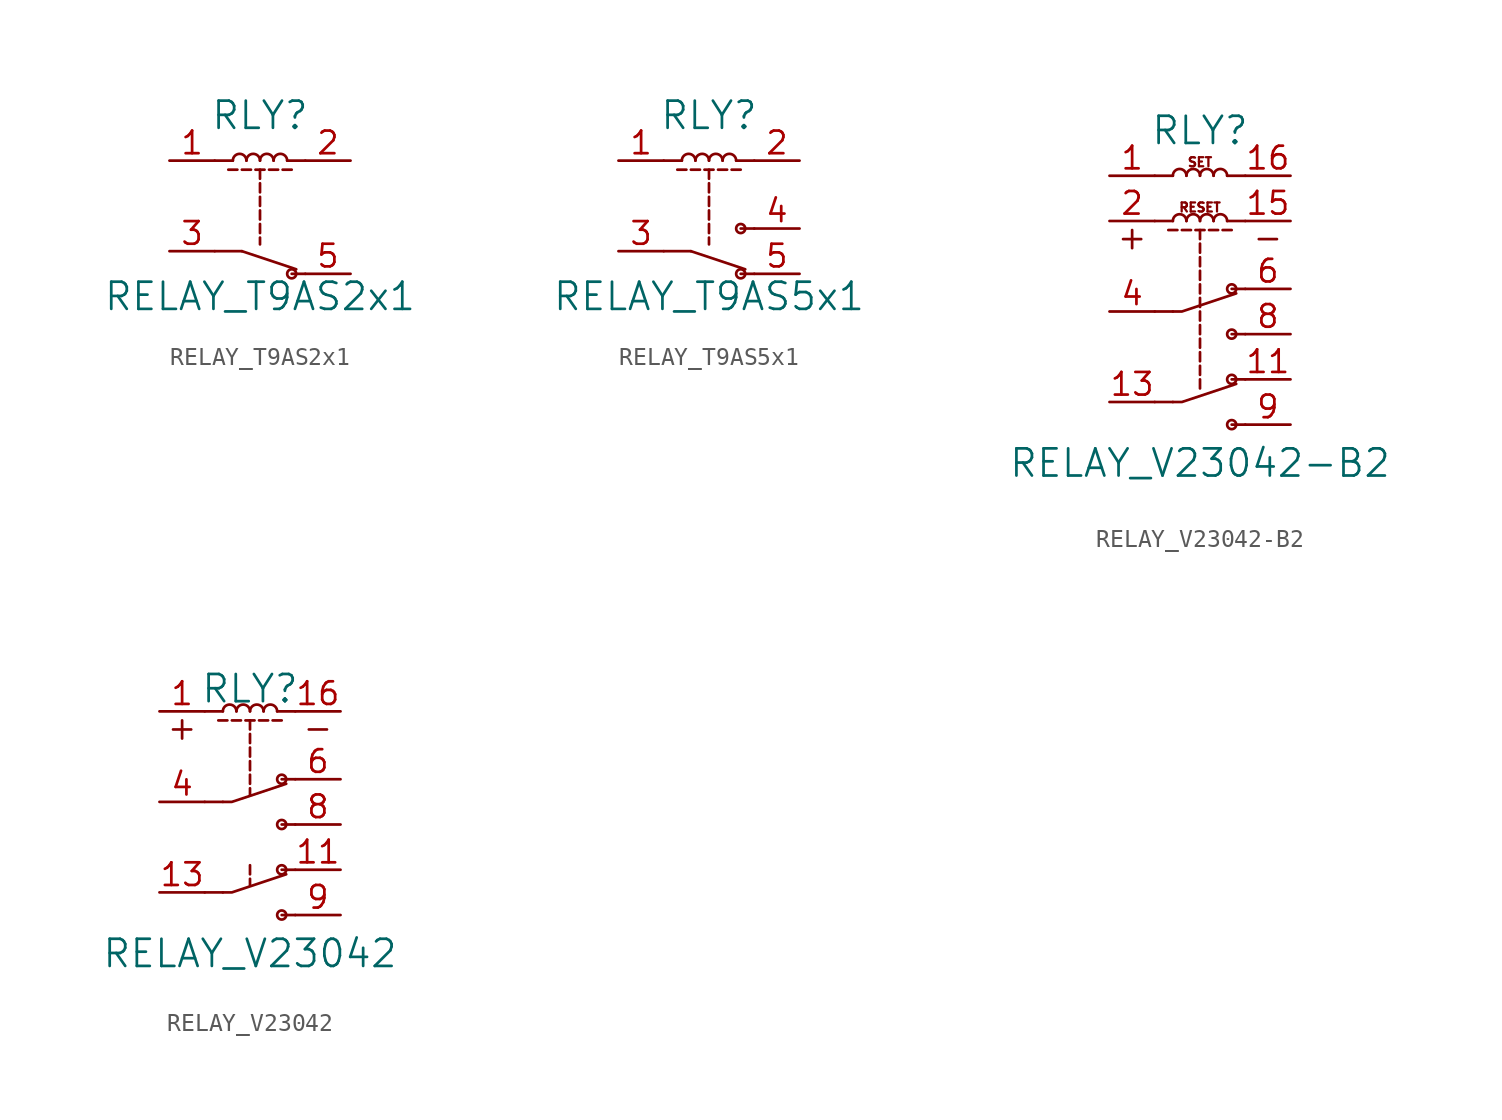
<source format=kicad_sym>
(kicad_symbol_lib
  (version 20220914)
  (generator kicad_symbol_editor)
  (symbol "RELAY_T9AS2x1"
    (pin_names
      (offset 1.016))
    (property "Reference" "RLY"
      (at 0 6.35 0)
      (effects (font (size 1.524 1.524))))
    (property "Value" "RELAY_T9AS2x1"
      (at 0 -3.81 0)
      (effects (font (size 1.524 1.524))))
    (property "Footprint" ""
      (at 0 0 0)
      (effects (font (size 1.524 1.524))))
    (property "Datasheet" ""
      (at 0 0 0)
      (effects (font (size 1.524 1.524))))
    (symbol "RELAY_T9AS2x1_0_1"
      (arc (start -0.762 3.81) (mid -1.143 4.1894) (end -1.524 3.81) (stroke (width 0) (type solid)) (fill (type none)))
      (polyline (pts (xy -1.016 -1.27) (xy -2.54 -1.27)) (stroke (width 0) (type solid)) (fill (type none)))
      (polyline (pts (xy -1.778 3.302) (xy -1.27 3.302) (xy -1.27 3.302)) (stroke (width 0) (type solid)) (fill (type none)))
      (polyline (pts (xy -1.524 3.81) (xy -2.54 3.81) (xy -2.54 3.81)) (stroke (width 0) (type solid)) (fill (type none)))
      (polyline (pts (xy -1.016 -1.27) (xy 2.032 -2.286) (xy 2.032 -2.286)) (stroke (width 0) (type solid)) (fill (type none)))
      (polyline (pts (xy -1.016 3.302) (xy -0.508 3.302) (xy -0.508 3.302)) (stroke (width 0) (type solid)) (fill (type none)))
      (polyline (pts (xy -0.254 3.302) (xy 0.254 3.302) (xy 0.254 3.302)) (stroke (width 0) (type solid)) (fill (type none)))
      (polyline (pts (xy 0 -0.508) (xy 0 -0.889) (xy 0 -0.889)) (stroke (width 0) (type solid)) (fill (type none)))
      (polyline (pts (xy 0 0.254) (xy 0 -0.254) (xy 0 -0.254)) (stroke (width 0) (type solid)) (fill (type none)))
      (polyline (pts (xy 0 1.016) (xy 0 0.508) (xy 0 0.508)) (stroke (width 0) (type solid)) (fill (type none)))
      (polyline (pts (xy 0 1.778) (xy 0 1.27) (xy 0 1.27)) (stroke (width 0) (type solid)) (fill (type none)))
      (polyline (pts (xy 0 2.54) (xy 0 2.032) (xy 0 2.032)) (stroke (width 0) (type solid)) (fill (type none)))
      (polyline (pts (xy 0 3.302) (xy 0 2.794) (xy 0 2.794)) (stroke (width 0) (type solid)) (fill (type none)))
      (polyline (pts (xy 0.508 3.302) (xy 1.016 3.302) (xy 1.016 3.302)) (stroke (width 0) (type solid)) (fill (type none)))
      (polyline (pts (xy 1.27 3.302) (xy 1.778 3.302) (xy 1.778 3.302)) (stroke (width 0) (type solid)) (fill (type none)))
      (polyline (pts (xy 1.524 3.81) (xy 2.54 3.81) (xy 2.54 3.81)) (stroke (width 0) (type solid)) (fill (type none)))
      (polyline (pts (xy 2.54 -2.54) (xy 1.778 -2.54) (xy 1.778 -2.54)) (stroke (width 0) (type solid)) (fill (type none)))
      (arc (start 0 3.81) (mid -0.381 4.1894) (end -0.762 3.81) (stroke (width 0) (type solid)) (fill (type none)))
      (arc (start 0.762 3.81) (mid 0.381 4.1894) (end 0 3.81) (stroke (width 0) (type solid)) (fill (type none)))
      (arc (start 1.524 3.81) (mid 1.143 4.1894) (end 0.762 3.81) (stroke (width 0) (type solid)) (fill (type none)))
      (circle (center 1.778 -2.54) (radius 0.254) (stroke (width 0) (type solid)) (fill (type none))))
    (symbol "RELAY_T9AS2x1_1_1"
      (pin passive line (at -5.08 3.81 0) (length 2.54) (name "~" (effects (font (size 1.27 1.27)))) (number "1" (effects (font (size 1.27 1.27)))))
      (pin passive line (at 5.08 3.81 180) (length 2.54) (name "~" (effects (font (size 1.27 1.27)))) (number "2" (effects (font (size 1.27 1.27)))))
      (pin passive line (at -5.08 -1.27 0) (length 2.54) (name "~" (effects (font (size 1.27 1.27)))) (number "3" (effects (font (size 1.27 1.27)))))
      (pin passive line (at 5.08 -2.54 180) (length 2.54) (name "~" (effects (font (size 1.27 1.27)))) (number "5" (effects (font (size 1.27 1.27)))))))
  (symbol "RELAY_T9AS5x1"
    (pin_names
      (offset 1.016))
    (property "Reference" "RLY"
      (at 0 6.35 0)
      (effects (font (size 1.524 1.524))))
    (property "Value" "RELAY_T9AS5x1"
      (at 0 -3.81 0)
      (effects (font (size 1.524 1.524))))
    (property "Footprint" ""
      (at 0 0 0)
      (effects (font (size 1.524 1.524))))
    (property "Datasheet" ""
      (at 0 0 0)
      (effects (font (size 1.524 1.524))))
    (symbol "RELAY_T9AS5x1_0_1"
      (arc (start -0.762 3.81) (mid -1.143 4.1894) (end -1.524 3.81) (stroke (width 0) (type solid)) (fill (type none)))
      (polyline (pts (xy -1.016 -1.27) (xy -2.54 -1.27)) (stroke (width 0) (type solid)) (fill (type none)))
      (polyline (pts (xy -1.778 3.302) (xy -1.27 3.302) (xy -1.27 3.302)) (stroke (width 0) (type solid)) (fill (type none)))
      (polyline (pts (xy -1.524 3.81) (xy -2.54 3.81) (xy -2.54 3.81)) (stroke (width 0) (type solid)) (fill (type none)))
      (polyline (pts (xy -1.016 -1.27) (xy 2.032 -2.286) (xy 2.032 -2.286)) (stroke (width 0) (type solid)) (fill (type none)))
      (polyline (pts (xy -1.016 3.302) (xy -0.508 3.302) (xy -0.508 3.302)) (stroke (width 0) (type solid)) (fill (type none)))
      (polyline (pts (xy -0.254 3.302) (xy 0.254 3.302) (xy 0.254 3.302)) (stroke (width 0) (type solid)) (fill (type none)))
      (polyline (pts (xy 0 -0.508) (xy 0 -0.889) (xy 0 -0.889)) (stroke (width 0) (type solid)) (fill (type none)))
      (polyline (pts (xy 0 0.254) (xy 0 -0.254) (xy 0 -0.254)) (stroke (width 0) (type solid)) (fill (type none)))
      (polyline (pts (xy 0 1.016) (xy 0 0.508) (xy 0 0.508)) (stroke (width 0) (type solid)) (fill (type none)))
      (polyline (pts (xy 0 1.778) (xy 0 1.27) (xy 0 1.27)) (stroke (width 0) (type solid)) (fill (type none)))
      (polyline (pts (xy 0 2.54) (xy 0 2.032) (xy 0 2.032)) (stroke (width 0) (type solid)) (fill (type none)))
      (polyline (pts (xy 0 3.302) (xy 0 2.794) (xy 0 2.794)) (stroke (width 0) (type solid)) (fill (type none)))
      (polyline (pts (xy 0.508 3.302) (xy 1.016 3.302) (xy 1.016 3.302)) (stroke (width 0) (type solid)) (fill (type none)))
      (polyline (pts (xy 1.27 3.302) (xy 1.778 3.302) (xy 1.778 3.302)) (stroke (width 0) (type solid)) (fill (type none)))
      (polyline (pts (xy 1.524 3.81) (xy 2.54 3.81) (xy 2.54 3.81)) (stroke (width 0) (type solid)) (fill (type none)))
      (polyline (pts (xy 2.54 -2.54) (xy 1.778 -2.54) (xy 1.778 -2.54)) (stroke (width 0) (type solid)) (fill (type none)))
      (polyline (pts (xy 2.54 0) (xy 1.778 0) (xy 1.778 0)) (stroke (width 0) (type solid)) (fill (type none)))
      (arc (start 0 3.81) (mid -0.381 4.1894) (end -0.762 3.81) (stroke (width 0) (type solid)) (fill (type none)))
      (arc (start 0.762 3.81) (mid 0.381 4.1894) (end 0 3.81) (stroke (width 0) (type solid)) (fill (type none)))
      (arc (start 1.524 3.81) (mid 1.143 4.1894) (end 0.762 3.81) (stroke (width 0) (type solid)) (fill (type none)))
      (circle (center 1.778 -2.54) (radius 0.254) (stroke (width 0) (type solid)) (fill (type none)))
      (circle (center 1.778 0) (radius 0.254) (stroke (width 0) (type solid)) (fill (type none))))
    (symbol "RELAY_T9AS5x1_1_1"
      (pin passive line (at -5.08 3.81 0) (length 2.54) (name "~" (effects (font (size 1.27 1.27)))) (number "1" (effects (font (size 1.27 1.27)))))
      (pin passive line (at 5.08 3.81 180) (length 2.54) (name "~" (effects (font (size 1.27 1.27)))) (number "2" (effects (font (size 1.27 1.27)))))
      (pin passive line (at -5.08 -1.27 0) (length 2.54) (name "~" (effects (font (size 1.27 1.27)))) (number "3" (effects (font (size 1.27 1.27)))))
      (pin passive line (at 5.08 0 180) (length 2.54) (name "~" (effects (font (size 1.27 1.27)))) (number "4" (effects (font (size 1.27 1.27)))))
      (pin passive line (at 5.08 -2.54 180) (length 2.54) (name "~" (effects (font (size 1.27 1.27)))) (number "5" (effects (font (size 1.27 1.27)))))))
  (symbol "RELAY_V23042-B2"
    (pin_names
      (offset 1.016))
    (property "Reference" "RLY"
      (at 0 8.89 0)
      (effects (font (size 1.524 1.524))))
    (property "Value" "RELAY_V23042-B2"
      (at 0 -9.779 0)
      (effects (font (size 1.524 1.524))))
    (property "Footprint" ""
      (at 0 0 0)
      (effects (font (size 1.524 1.524))))
    (property "Datasheet" ""
      (at 0 0 0)
      (effects (font (size 1.524 1.524))))
    (symbol "RELAY_V23042-B2_0_0"
      (text "RESET" (at 0 4.572 0) (effects (font (size 0.508 0.508))))
      (text "SET" (at 0 7.112 0) (effects (font (size 0.508 0.508)))))
    (symbol "RELAY_V23042-B2_0_1"
      (arc (start -0.762 3.81) (mid -1.143 4.1894) (end -1.524 3.81) (stroke (width 0) (type solid)) (fill (type none)))
      (arc (start -0.762 6.35) (mid -1.143 6.7294) (end -1.524 6.35) (stroke (width 0) (type solid)) (fill (type none)))
      (polyline (pts (xy -3.81 3.302) (xy -3.81 2.286)) (stroke (width 0) (type solid)) (fill (type none)))
      (polyline (pts (xy -3.302 2.794) (xy -4.318 2.794)) (stroke (width 0) (type solid)) (fill (type none)))
      (polyline (pts (xy 4.318 2.794) (xy 3.302 2.794)) (stroke (width 0) (type solid)) (fill (type none)))
      (polyline (pts (xy -1.778 3.302) (xy -1.27 3.302) (xy -1.27 3.302)) (stroke (width 0) (type solid)) (fill (type none)))
      (polyline (pts (xy -1.524 -6.35) (xy -2.54 -6.35) (xy -2.54 -6.35)) (stroke (width 0) (type solid)) (fill (type none)))
      (polyline (pts (xy -1.524 -1.27) (xy -2.54 -1.27) (xy -2.54 -1.27)) (stroke (width 0) (type solid)) (fill (type none)))
      (polyline (pts (xy -1.524 3.81) (xy -2.54 3.81) (xy -2.54 3.81)) (stroke (width 0) (type solid)) (fill (type none)))
      (polyline (pts (xy -1.524 6.35) (xy -2.54 6.35) (xy -2.54 6.35)) (stroke (width 0) (type solid)) (fill (type none)))
      (polyline (pts (xy -1.016 3.302) (xy -0.508 3.302) (xy -0.508 3.302)) (stroke (width 0) (type solid)) (fill (type none)))
      (polyline (pts (xy -0.254 3.302) (xy 0.254 3.302) (xy 0.254 3.302)) (stroke (width 0) (type solid)) (fill (type none)))
      (polyline (pts (xy 0 -5.08) (xy 0 -5.588) (xy 0 -5.588)) (stroke (width 0) (type solid)) (fill (type none)))
      (polyline (pts (xy 0 -4.318) (xy 0 -4.826) (xy 0 -4.826)) (stroke (width 0) (type solid)) (fill (type none)))
      (polyline (pts (xy 0 -3.556) (xy 0 -4.064) (xy 0 -4.064)) (stroke (width 0) (type solid)) (fill (type none)))
      (polyline (pts (xy 0 -2.794) (xy 0 -3.302) (xy 0 -3.302)) (stroke (width 0) (type solid)) (fill (type none)))
      (polyline (pts (xy 0 -2.032) (xy 0 -2.54) (xy 0 -2.54)) (stroke (width 0) (type solid)) (fill (type none)))
      (polyline (pts (xy 0 -1.27) (xy 0 -1.778) (xy 0 -1.778)) (stroke (width 0) (type solid)) (fill (type none)))
      (polyline (pts (xy 0 -0.508) (xy 0 -1.016) (xy 0 -1.016)) (stroke (width 0) (type solid)) (fill (type none)))
      (polyline (pts (xy 0 0.254) (xy 0 -0.254) (xy 0 -0.254)) (stroke (width 0) (type solid)) (fill (type none)))
      (polyline (pts (xy 0 1.016) (xy 0 0.508) (xy 0 0.508)) (stroke (width 0) (type solid)) (fill (type none)))
      (polyline (pts (xy 0 1.778) (xy 0 1.27) (xy 0 1.27)) (stroke (width 0) (type solid)) (fill (type none)))
      (polyline (pts (xy 0 2.54) (xy 0 2.032) (xy 0 2.032)) (stroke (width 0) (type solid)) (fill (type none)))
      (polyline (pts (xy 0 3.302) (xy 0 2.794) (xy 0 2.794)) (stroke (width 0) (type solid)) (fill (type none)))
      (polyline (pts (xy 0.508 3.302) (xy 1.016 3.302) (xy 1.016 3.302)) (stroke (width 0) (type solid)) (fill (type none)))
      (polyline (pts (xy 1.27 3.302) (xy 1.778 3.302) (xy 1.778 3.302)) (stroke (width 0) (type solid)) (fill (type none)))
      (polyline (pts (xy 1.524 3.81) (xy 2.54 3.81) (xy 2.54 3.81)) (stroke (width 0) (type solid)) (fill (type none)))
      (polyline (pts (xy 1.524 6.35) (xy 2.54 6.35) (xy 2.54 6.35)) (stroke (width 0) (type solid)) (fill (type none)))
      (polyline (pts (xy 2.54 -7.62) (xy 1.778 -7.62) (xy 1.778 -7.62)) (stroke (width 0) (type solid)) (fill (type none)))
      (polyline (pts (xy 2.54 -5.08) (xy 1.778 -5.08) (xy 1.778 -5.08)) (stroke (width 0) (type solid)) (fill (type none)))
      (polyline (pts (xy 2.54 -2.54) (xy 1.778 -2.54) (xy 1.778 -2.54)) (stroke (width 0) (type solid)) (fill (type none)))
      (polyline (pts (xy 2.54 0) (xy 1.778 0) (xy 1.778 0)) (stroke (width 0) (type solid)) (fill (type none)))
      (polyline (pts (xy -1.524 -6.35) (xy -1.016 -6.35) (xy 2.032 -5.334) (xy 2.032 -5.334)) (stroke (width 0) (type solid)) (fill (type none)))
      (polyline (pts (xy -1.524 -1.27) (xy -1.016 -1.27) (xy 2.032 -0.254) (xy 2.032 -0.254)) (stroke (width 0) (type solid)) (fill (type none)))
      (arc (start 0 3.81) (mid -0.381 4.1894) (end -0.762 3.81) (stroke (width 0) (type solid)) (fill (type none)))
      (arc (start 0 6.35) (mid -0.381 6.7294) (end -0.762 6.35) (stroke (width 0) (type solid)) (fill (type none)))
      (arc (start 0.762 3.81) (mid 0.381 4.1894) (end 0 3.81) (stroke (width 0) (type solid)) (fill (type none)))
      (arc (start 0.762 6.35) (mid 0.381 6.7294) (end 0 6.35) (stroke (width 0) (type solid)) (fill (type none)))
      (arc (start 1.524 3.81) (mid 1.143 4.1894) (end 0.762 3.81) (stroke (width 0) (type solid)) (fill (type none)))
      (arc (start 1.524 6.35) (mid 1.143 6.7294) (end 0.762 6.35) (stroke (width 0) (type solid)) (fill (type none)))
      (circle (center 1.778 -7.62) (radius 0.254) (stroke (width 0) (type solid)) (fill (type none)))
      (circle (center 1.778 -5.08) (radius 0.254) (stroke (width 0) (type solid)) (fill (type none)))
      (circle (center 1.778 -2.54) (radius 0.254) (stroke (width 0) (type solid)) (fill (type none)))
      (circle (center 1.778 0) (radius 0.254) (stroke (width 0) (type solid)) (fill (type none))))
    (symbol "RELAY_V23042-B2_1_1"
      (pin passive line (at -5.08 6.35 0) (length 2.54) (name "~" (effects (font (size 1.27 1.27)))) (number "1" (effects (font (size 1.27 1.27)))))
      (pin passive line (at 5.08 -5.08 180) (length 2.54) (name "~" (effects (font (size 1.27 1.27)))) (number "11" (effects (font (size 1.27 1.27)))))
      (pin passive line (at -5.08 -6.35 0) (length 2.54) (name "~" (effects (font (size 1.27 1.27)))) (number "13" (effects (font (size 1.27 1.27)))))
      (pin passive line (at 5.08 3.81 180) (length 2.54) (name "~" (effects (font (size 1.27 1.27)))) (number "15" (effects (font (size 1.27 1.27)))))
      (pin passive line (at 5.08 6.35 180) (length 2.54) (name "~" (effects (font (size 1.27 1.27)))) (number "16" (effects (font (size 1.27 1.27)))))
      (pin passive line (at -5.08 3.81 0) (length 2.54) (name "~" (effects (font (size 1.27 1.27)))) (number "2" (effects (font (size 1.27 1.27)))))
      (pin passive line (at -5.08 -1.27 0) (length 2.54) (name "~" (effects (font (size 1.27 1.27)))) (number "4" (effects (font (size 1.27 1.27)))))
      (pin passive line (at 5.08 0 180) (length 2.54) (name "~" (effects (font (size 1.27 1.27)))) (number "6" (effects (font (size 1.27 1.27)))))
      (pin passive line (at 5.08 -2.54 180) (length 2.54) (name "~" (effects (font (size 1.27 1.27)))) (number "8" (effects (font (size 1.27 1.27)))))
      (pin passive line (at 5.08 -7.62 180) (length 2.54) (name "~" (effects (font (size 1.27 1.27)))) (number "9" (effects (font (size 1.27 1.27)))))))
  (symbol "RELAY_V23042"
    (pin_names
      (offset 1.016))
    (property "Reference" "RLY"
      (at 0 6.35 0)
      (effects (font (size 1.524 1.524))))
    (property "Value" "RELAY_V23042"
      (at 0 -8.509 0)
      (effects (font (size 1.524 1.524))))
    (property "Footprint" ""
      (at 0 0 0)
      (effects (font (size 1.524 1.524))))
    (property "Datasheet" ""
      (at 0 0 0)
      (effects (font (size 1.524 1.524))))
    (symbol "RELAY_V23042_0_1"
      (arc (start -0.762 5.08) (mid -1.143 5.4594) (end -1.524 5.08) (stroke (width 0) (type solid)) (fill (type none)))
      (polyline (pts (xy -3.81 4.572) (xy -3.81 3.556)) (stroke (width 0) (type solid)) (fill (type none)))
      (polyline (pts (xy -3.302 4.064) (xy -4.318 4.064)) (stroke (width 0) (type solid)) (fill (type none)))
      (polyline (pts (xy 4.318 4.064) (xy 3.302 4.064)) (stroke (width 0) (type solid)) (fill (type none)))
      (polyline (pts (xy -1.778 4.572) (xy -1.27 4.572) (xy -1.27 4.572)) (stroke (width 0) (type solid)) (fill (type none)))
      (polyline (pts (xy -1.524 -5.08) (xy -2.54 -5.08) (xy -2.54 -5.08)) (stroke (width 0) (type solid)) (fill (type none)))
      (polyline (pts (xy -1.524 0) (xy -2.54 0) (xy -2.54 0)) (stroke (width 0) (type solid)) (fill (type none)))
      (polyline (pts (xy -1.524 5.08) (xy -2.54 5.08) (xy -2.54 5.08)) (stroke (width 0) (type solid)) (fill (type none)))
      (polyline (pts (xy -1.016 4.572) (xy -0.508 4.572) (xy -0.508 4.572)) (stroke (width 0) (type solid)) (fill (type none)))
      (polyline (pts (xy -0.254 4.572) (xy 0.254 4.572) (xy 0.254 4.572)) (stroke (width 0) (type solid)) (fill (type none)))
      (polyline (pts (xy 0 -4.318) (xy 0 -4.699) (xy 0 -4.699)) (stroke (width 0) (type solid)) (fill (type none)))
      (polyline (pts (xy 0 -3.556) (xy 0 -4.064) (xy 0 -4.064)) (stroke (width 0) (type solid)) (fill (type none)))
      (polyline (pts (xy 0 0.762) (xy 0 0.381) (xy 0 0.381)) (stroke (width 0) (type solid)) (fill (type none)))
      (polyline (pts (xy 0 1.524) (xy 0 1.016) (xy 0 1.016)) (stroke (width 0) (type solid)) (fill (type none)))
      (polyline (pts (xy 0 2.286) (xy 0 1.778) (xy 0 1.778)) (stroke (width 0) (type solid)) (fill (type none)))
      (polyline (pts (xy 0 3.048) (xy 0 2.54) (xy 0 2.54)) (stroke (width 0) (type solid)) (fill (type none)))
      (polyline (pts (xy 0 3.81) (xy 0 3.302) (xy 0 3.302)) (stroke (width 0) (type solid)) (fill (type none)))
      (polyline (pts (xy 0 4.572) (xy 0 4.064) (xy 0 4.064)) (stroke (width 0) (type solid)) (fill (type none)))
      (polyline (pts (xy 0.508 4.572) (xy 1.016 4.572) (xy 1.016 4.572)) (stroke (width 0) (type solid)) (fill (type none)))
      (polyline (pts (xy 1.27 4.572) (xy 1.778 4.572) (xy 1.778 4.572)) (stroke (width 0) (type solid)) (fill (type none)))
      (polyline (pts (xy 1.524 5.08) (xy 2.54 5.08) (xy 2.54 5.08)) (stroke (width 0) (type solid)) (fill (type none)))
      (polyline (pts (xy 2.54 -6.35) (xy 1.778 -6.35) (xy 1.778 -6.35)) (stroke (width 0) (type solid)) (fill (type none)))
      (polyline (pts (xy 2.54 -3.81) (xy 1.778 -3.81) (xy 1.778 -3.81)) (stroke (width 0) (type solid)) (fill (type none)))
      (polyline (pts (xy 2.54 -1.27) (xy 1.778 -1.27) (xy 1.778 -1.27)) (stroke (width 0) (type solid)) (fill (type none)))
      (polyline (pts (xy 2.54 1.27) (xy 1.778 1.27) (xy 1.778 1.27)) (stroke (width 0) (type solid)) (fill (type none)))
      (polyline (pts (xy -1.524 -5.08) (xy -1.016 -5.08) (xy 2.032 -4.064) (xy 2.032 -4.064)) (stroke (width 0) (type solid)) (fill (type none)))
      (polyline (pts (xy -1.524 0) (xy -1.016 0) (xy 2.032 1.016) (xy 2.032 1.016)) (stroke (width 0) (type solid)) (fill (type none)))
      (arc (start 0 5.08) (mid -0.381 5.4594) (end -0.762 5.08) (stroke (width 0) (type solid)) (fill (type none)))
      (arc (start 0.762 5.08) (mid 0.381 5.4594) (end 0 5.08) (stroke (width 0) (type solid)) (fill (type none)))
      (arc (start 1.524 5.08) (mid 1.143 5.4594) (end 0.762 5.08) (stroke (width 0) (type solid)) (fill (type none)))
      (circle (center 1.778 -6.35) (radius 0.254) (stroke (width 0) (type solid)) (fill (type none)))
      (circle (center 1.778 -3.81) (radius 0.254) (stroke (width 0) (type solid)) (fill (type none)))
      (circle (center 1.778 -1.27) (radius 0.254) (stroke (width 0) (type solid)) (fill (type none)))
      (circle (center 1.778 1.27) (radius 0.254) (stroke (width 0) (type solid)) (fill (type none))))
    (symbol "RELAY_V23042_1_1"
      (pin passive line (at -5.08 5.08 0) (length 2.54) (name "~" (effects (font (size 1.27 1.27)))) (number "1" (effects (font (size 1.27 1.27)))))
      (pin passive line (at 5.08 -3.81 180) (length 2.54) (name "~" (effects (font (size 1.27 1.27)))) (number "11" (effects (font (size 1.27 1.27)))))
      (pin passive line (at -5.08 -5.08 0) (length 2.54) (name "~" (effects (font (size 1.27 1.27)))) (number "13" (effects (font (size 1.27 1.27)))))
      (pin passive line (at 5.08 5.08 180) (length 2.54) (name "~" (effects (font (size 1.27 1.27)))) (number "16" (effects (font (size 1.27 1.27)))))
      (pin passive line (at -5.08 0 0) (length 2.54) (name "~" (effects (font (size 1.27 1.27)))) (number "4" (effects (font (size 1.27 1.27)))))
      (pin passive line (at 5.08 1.27 180) (length 2.54) (name "~" (effects (font (size 1.27 1.27)))) (number "6" (effects (font (size 1.27 1.27)))))
      (pin passive line (at 5.08 -1.27 180) (length 2.54) (name "~" (effects (font (size 1.27 1.27)))) (number "8" (effects (font (size 1.27 1.27)))))
      (pin passive line (at 5.08 -6.35 180) (length 2.54) (name "~" (effects (font (size 1.27 1.27)))) (number "9" (effects (font (size 1.27 1.27))))))))
</source>
